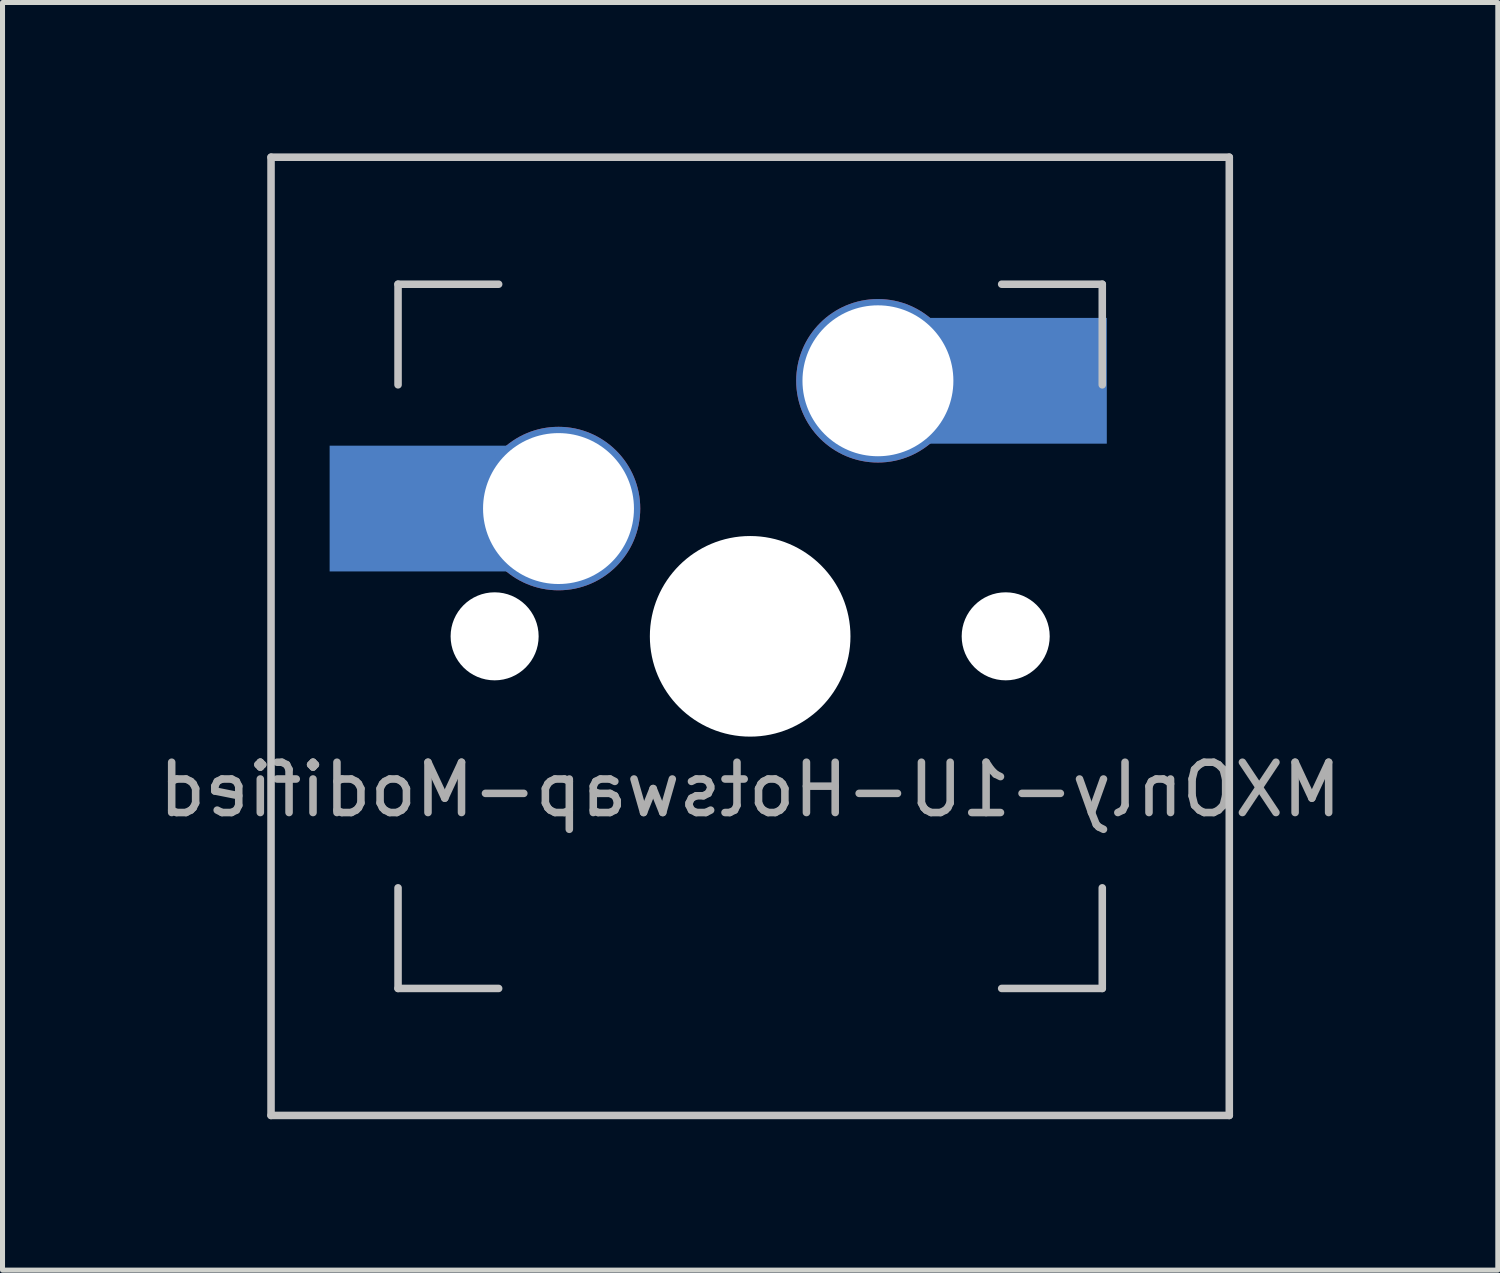
<source format=kicad_pcb>
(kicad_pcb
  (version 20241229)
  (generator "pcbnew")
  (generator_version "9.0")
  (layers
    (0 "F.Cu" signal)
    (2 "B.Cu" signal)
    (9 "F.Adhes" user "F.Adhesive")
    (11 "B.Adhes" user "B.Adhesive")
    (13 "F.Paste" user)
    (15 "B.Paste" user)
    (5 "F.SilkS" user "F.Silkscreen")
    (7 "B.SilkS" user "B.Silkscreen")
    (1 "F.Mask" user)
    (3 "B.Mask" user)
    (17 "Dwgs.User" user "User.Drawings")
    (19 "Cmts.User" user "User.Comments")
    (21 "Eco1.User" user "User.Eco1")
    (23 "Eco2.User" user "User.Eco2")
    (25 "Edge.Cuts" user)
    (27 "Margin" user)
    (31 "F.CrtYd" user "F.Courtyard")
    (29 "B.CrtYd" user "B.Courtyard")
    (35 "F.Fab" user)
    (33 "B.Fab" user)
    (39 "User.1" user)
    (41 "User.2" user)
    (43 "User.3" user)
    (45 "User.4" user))
  (footprint "MXOnly-1U-Hotswap-Modified"
    (layer "F.Cu")
    (at 11.863 9.6)
    (property "Reference" "MXOnly-1U-Hotswap-Modified" (at 0 3.048 0) (layer "F.Fab") (effects (font (size 1 1) (thickness 0.15)) (justify mirror)))
    (attr through_hole)
    (fp_line (start -9.525 -9.525) (end 9.525 -9.525) (stroke (width 0.15) (type solid)) (layer "Dwgs.User"))
    (fp_line (start -9.525 9.525) (end -9.525 -9.525) (stroke (width 0.15) (type solid)) (layer "Dwgs.User"))
    (fp_line (start -7 -7) (end -7 -5) (stroke (width 0.15) (type solid)) (layer "Dwgs.User"))
    (fp_line (start -7 5) (end -7 7) (stroke (width 0.15) (type solid)) (layer "Dwgs.User"))
    (fp_line (start -7 7) (end -5 7) (stroke (width 0.15) (type solid)) (layer "Dwgs.User"))
    (fp_line (start -5 -7) (end -7 -7) (stroke (width 0.15) (type solid)) (layer "Dwgs.User"))
    (fp_line (start 5 -7) (end 7 -7) (stroke (width 0.15) (type solid)) (layer "Dwgs.User"))
    (fp_line (start 5 7) (end 7 7) (stroke (width 0.15) (type solid)) (layer "Dwgs.User"))
    (fp_line (start 7 -7) (end 7 -5) (stroke (width 0.15) (type solid)) (layer "Dwgs.User"))
    (fp_line (start 7 7) (end 7 5) (stroke (width 0.15) (type solid)) (layer "Dwgs.User"))
    (fp_line (start 9.525 -9.525) (end 9.525 9.525) (stroke (width 0.15) (type solid)) (layer "Dwgs.User"))
    (fp_line (start 9.525 9.525) (end -9.525 9.525) (stroke (width 0.15) (type solid)) (layer "Dwgs.User"))
    (pad "" smd rect (at -7.085 -2.54) (size 2.55 2.5) (layers "B.Mask" "B.Paste"))
    (pad "" np_thru_hole circle (at -5.08 0 48.1) (size 1.75 1.75) (drill 1.75) (layers "*.Cu" "*.Mask"))
    (pad "" np_thru_hole circle (at 0 0) (size 3.988 3.988) (drill 3.988) (layers "*.Cu" "*.Mask"))
    (pad "" np_thru_hole circle (at 5.08 0 48.1) (size 1.75 1.75) (drill 1.75) (layers "*.Cu" "*.Mask"))
    (pad "" smd rect (at 5.815 -5.08) (size 2.55 2.5) (layers "B.Mask" "B.Paste"))
    (pad "1" smd rect (at -5.61 -2.54) (size 5.5 2.5) (layers "B.Cu"))
    (pad "1" thru_hole circle (at -3.81 -2.54) (size 3.25 3.25) (drill 3) (layers "*.Cu" "*.Mask"))
    (pad "2" thru_hole circle (at 2.54 -5.08) (size 3.25 3.25) (drill 3) (layers "*.Cu" "*.Mask"))
    (pad "2" smd rect (at 4.34 -5.08) (size 5.5 2.5) (layers "B.Cu")))
  (gr_rect
    (start -3 -3)
    (end 26.726 22.2)
    (stroke (width 0.1) (type default))
    (fill no)
    (layer "Edge.Cuts")))
</source>
